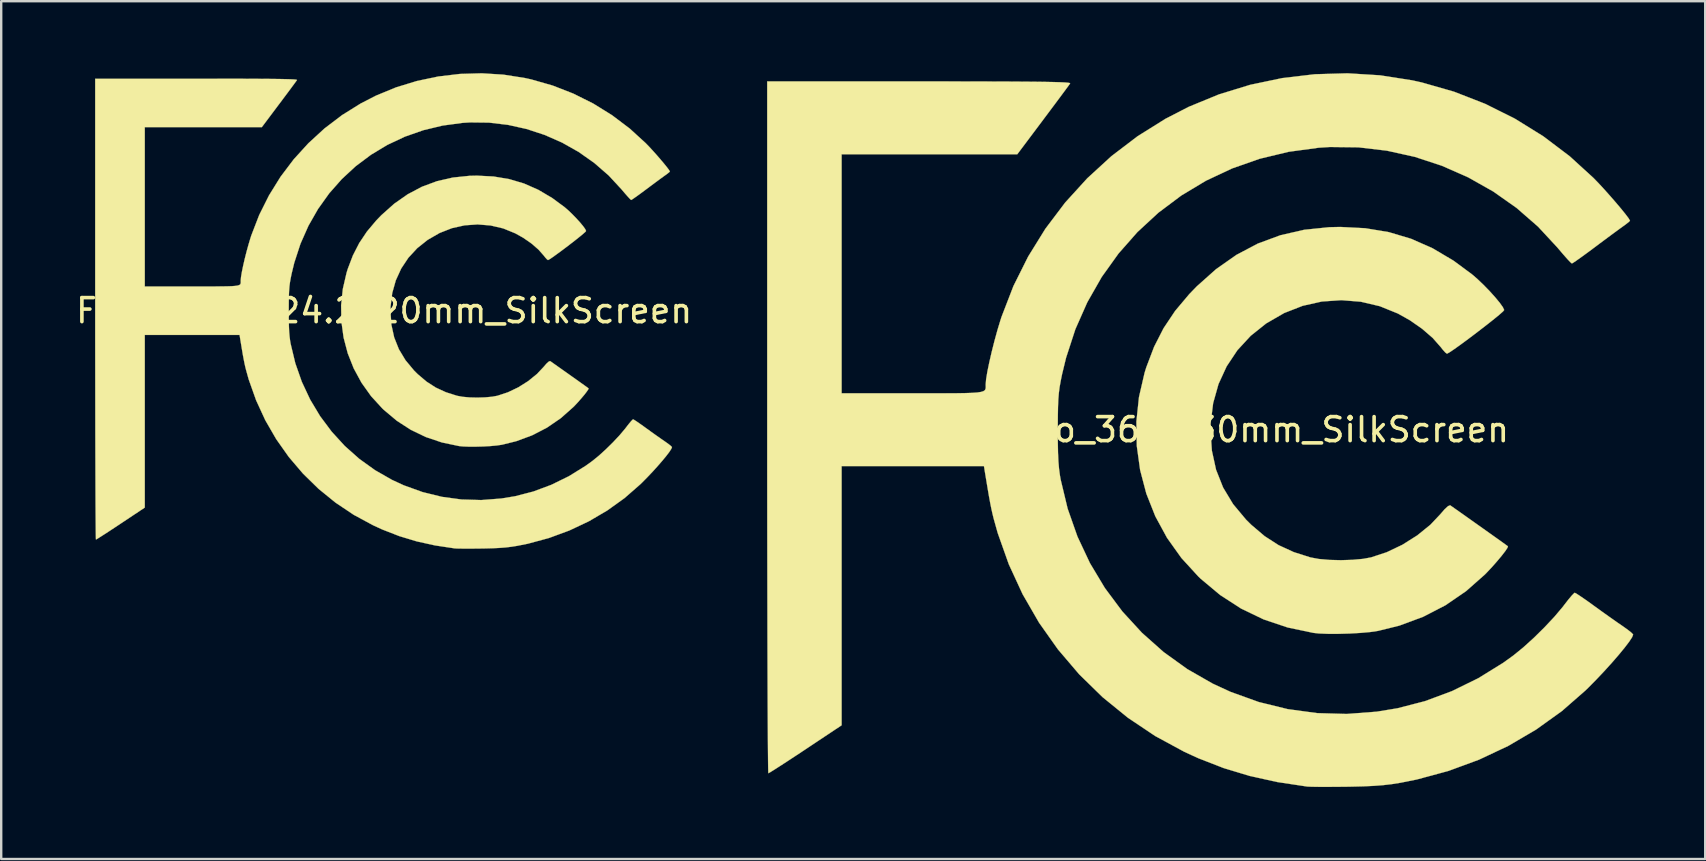
<source format=kicad_pcb>
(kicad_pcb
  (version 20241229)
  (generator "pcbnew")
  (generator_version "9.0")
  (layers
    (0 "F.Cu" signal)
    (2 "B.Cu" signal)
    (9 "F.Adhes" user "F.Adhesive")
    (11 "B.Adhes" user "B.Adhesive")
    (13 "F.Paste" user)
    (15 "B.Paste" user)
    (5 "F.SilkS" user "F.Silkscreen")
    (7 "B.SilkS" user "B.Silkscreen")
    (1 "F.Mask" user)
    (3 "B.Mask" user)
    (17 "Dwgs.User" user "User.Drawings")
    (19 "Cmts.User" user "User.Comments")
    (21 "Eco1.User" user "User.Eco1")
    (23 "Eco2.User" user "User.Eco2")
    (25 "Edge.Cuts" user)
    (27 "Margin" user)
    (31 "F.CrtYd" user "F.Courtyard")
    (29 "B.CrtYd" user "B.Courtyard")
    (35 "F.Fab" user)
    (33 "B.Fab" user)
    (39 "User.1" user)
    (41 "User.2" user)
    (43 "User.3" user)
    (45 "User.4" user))
  (footprint "FCC-Logo_24.2x20mm_SilkScreen"
    (layer "F.Cu")
    (at 12.958 9.898)
    (property "Reference" "FCC-Logo_24.2x20mm_SilkScreen" (at 0 0 0) (layer "F.SilkS") (effects (font (size 1 1) (thickness 0.15))))
    (attr exclude_from_pos_files exclude_from_bom)
    (fp_poly (pts (xy 4.559 -5.593) (xy 5.211 -5.484) (xy 5.831 -5.3) (xy 6.427 -5.037) (xy 7.01 -4.692) (xy 7.523 -4.313) (xy 7.68 -4.177) (xy 7.847 -4.016) (xy 8.013 -3.845) (xy 8.166 -3.676) (xy 8.292 -3.524) (xy 8.379 -3.403) (xy 8.415 -3.325) (xy 8.415 -3.321) (xy 8.382 -3.281) (xy 8.289 -3.199) (xy 8.15 -3.084) (xy 7.977 -2.946) (xy 7.781 -2.794) (xy 7.576 -2.637) (xy 7.374 -2.485) (xy 7.186 -2.348) (xy 7.026 -2.233) (xy 6.905 -2.152) (xy 6.836 -2.113) (xy 6.827 -2.11) (xy 6.782 -2.144) (xy 6.707 -2.227) (xy 6.658 -2.291) (xy 6.432 -2.547) (xy 6.138 -2.802) (xy 5.795 -3.04) (xy 5.466 -3.224) (xy 4.963 -3.429) (xy 4.436 -3.552) (xy 3.896 -3.596) (xy 3.355 -3.558) (xy 2.824 -3.44) (xy 2.314 -3.24) (xy 2.309 -3.238) (xy 1.812 -2.951) (xy 1.378 -2.605) (xy 1.01 -2.206) (xy 0.712 -1.758) (xy 0.487 -1.267) (xy 0.338 -0.739) (xy 0.269 -0.178) (xy 0.264 0.013) (xy 0.302 0.582) (xy 0.418 1.112) (xy 0.614 1.605) (xy 0.891 2.065) (xy 1.249 2.495) (xy 1.396 2.641) (xy 1.768 2.956) (xy 2.153 3.204) (xy 2.575 3.398) (xy 3.037 3.545) (xy 3.27 3.588) (xy 3.561 3.614) (xy 3.882 3.622) (xy 4.203 3.612) (xy 4.497 3.585) (xy 4.719 3.545) (xy 5.157 3.401) (xy 5.592 3.193) (xy 6.003 2.934) (xy 6.368 2.638) (xy 6.641 2.349) (xy 6.763 2.208) (xy 6.858 2.122) (xy 6.915 2.098) (xy 6.919 2.1) (xy 6.964 2.131) (xy 7.067 2.204) (xy 7.217 2.31) (xy 7.4 2.439) (xy 7.602 2.582) (xy 7.812 2.731) (xy 8.016 2.876) (xy 8.202 3.008) (xy 8.356 3.118) (xy 8.466 3.197) (xy 8.519 3.235) (xy 8.52 3.236) (xy 8.508 3.278) (xy 8.446 3.37) (xy 8.347 3.499) (xy 8.22 3.65) (xy 8.079 3.811) (xy 7.933 3.967) (xy 7.883 4.017) (xy 7.36 4.48) (xy 6.785 4.874) (xy 6.165 5.194) (xy 5.505 5.438) (xy 4.911 5.585) (xy 4.698 5.616) (xy 4.428 5.641) (xy 4.126 5.658) (xy 3.817 5.666) (xy 3.526 5.666) (xy 3.276 5.656) (xy 3.12 5.64) (xy 2.406 5.49) (xy 1.738 5.265) (xy 1.114 4.965) (xy 0.532 4.589) (xy -0.011 4.134) (xy -0.072 4.076) (xy -0.544 3.561) (xy -0.943 3.001) (xy -1.268 2.402) (xy -1.517 1.774) (xy -1.689 1.121) (xy -1.781 0.452) (xy -1.793 -0.226) (xy -1.721 -0.907) (xy -1.565 -1.582) (xy -1.518 -1.735) (xy -1.302 -2.302) (xy -1.039 -2.816) (xy -0.718 -3.296) (xy -0.327 -3.761) (xy -0.116 -3.98) (xy 0.42 -4.458) (xy 0.984 -4.853) (xy 1.577 -5.166) (xy 2.203 -5.398) (xy 2.864 -5.549) (xy 3.562 -5.621) (xy 3.867 -5.628) (xy 4.559 -5.593)) (stroke (width 0.01) (type solid)) (fill yes) (layer "F.SilkS"))
    (fp_poly (pts (xy 4.971 -9.837) (xy 5.86 -9.698) (xy 6.13 -9.638) (xy 7.023 -9.383) (xy 7.887 -9.046) (xy 8.714 -8.633) (xy 9.499 -8.146) (xy 10.235 -7.59) (xy 10.897 -6.986) (xy 11.038 -6.841) (xy 11.196 -6.669) (xy 11.361 -6.485) (xy 11.521 -6.3) (xy 11.667 -6.127) (xy 11.787 -5.978) (xy 11.871 -5.867) (xy 11.907 -5.806) (xy 11.908 -5.801) (xy 11.875 -5.766) (xy 11.79 -5.699) (xy 11.721 -5.649) (xy 11.623 -5.579) (xy 11.471 -5.468) (xy 11.282 -5.328) (xy 11.072 -5.172) (xy 10.932 -5.067) (xy 10.733 -4.919) (xy 10.557 -4.791) (xy 10.417 -4.692) (xy 10.325 -4.63) (xy 10.295 -4.614) (xy 10.256 -4.646) (xy 10.173 -4.734) (xy 10.057 -4.864) (xy 9.921 -5.024) (xy 9.894 -5.056) (xy 9.357 -5.636) (xy 8.759 -6.156) (xy 8.111 -6.613) (xy 7.419 -7.004) (xy 6.69 -7.325) (xy 5.935 -7.573) (xy 5.159 -7.745) (xy 4.371 -7.838) (xy 3.58 -7.847) (xy 3.271 -7.828) (xy 2.435 -7.715) (xy 1.632 -7.522) (xy 0.864 -7.253) (xy 0.137 -6.911) (xy -0.546 -6.5) (xy -1.181 -6.025) (xy -1.763 -5.487) (xy -2.289 -4.891) (xy -2.754 -4.241) (xy -3.154 -3.54) (xy -3.486 -2.791) (xy -3.745 -1.998) (xy -3.856 -1.541) (xy -3.895 -1.347) (xy -3.925 -1.178) (xy -3.946 -1.015) (xy -3.96 -0.839) (xy -3.969 -0.633) (xy -3.973 -0.377) (xy -3.975 -0.053) (xy -3.975 -0.022) (xy -3.974 0.342) (xy -3.968 0.636) (xy -3.958 0.876) (xy -3.94 1.08) (xy -3.916 1.265) (xy -3.895 1.384) (xy -3.701 2.191) (xy -3.429 2.966) (xy -3.083 3.703) (xy -2.667 4.397) (xy -2.184 5.043) (xy -1.64 5.637) (xy -1.038 6.172) (xy -0.382 6.644) (xy 0.324 7.048) (xy 0.82 7.277) (xy 1.606 7.56) (xy 2.408 7.757) (xy 3.223 7.867) (xy 4.047 7.891) (xy 4.877 7.827) (xy 5.456 7.732) (xy 6.219 7.535) (xy 6.97 7.255) (xy 7.698 6.898) (xy 8.392 6.468) (xy 8.672 6.267) (xy 8.944 6.046) (xy 9.239 5.778) (xy 9.535 5.487) (xy 9.809 5.194) (xy 10.039 4.922) (xy 10.087 4.859) (xy 10.199 4.715) (xy 10.294 4.602) (xy 10.358 4.537) (xy 10.375 4.526) (xy 10.422 4.551) (xy 10.526 4.618) (xy 10.673 4.72) (xy 10.849 4.845) (xy 10.909 4.889) (xy 11.122 5.043) (xy 11.34 5.198) (xy 11.539 5.338) (xy 11.693 5.444) (xy 11.7 5.449) (xy 11.837 5.546) (xy 11.941 5.628) (xy 11.993 5.68) (xy 11.995 5.687) (xy 11.967 5.759) (xy 11.886 5.884) (xy 11.759 6.051) (xy 11.596 6.249) (xy 11.405 6.469) (xy 11.196 6.701) (xy 10.975 6.934) (xy 10.753 7.159) (xy 10.673 7.237) (xy 10.017 7.81) (xy 9.301 8.324) (xy 8.532 8.775) (xy 7.719 9.159) (xy 6.869 9.472) (xy 5.989 9.71) (xy 5.537 9.8) (xy 5.298 9.838) (xy 5.059 9.866) (xy 4.798 9.886) (xy 4.495 9.9) (xy 4.13 9.909) (xy 4.043 9.91) (xy 3.753 9.913) (xy 3.485 9.914) (xy 3.253 9.913) (xy 3.074 9.911) (xy 2.962 9.906) (xy 2.944 9.905) (xy 2.121 9.781) (xy 1.356 9.612) (xy 0.631 9.393) (xy -0.075 9.118) (xy -0.461 8.941) (xy -1.269 8.505) (xy -2.027 7.997) (xy -2.733 7.423) (xy -3.382 6.788) (xy -3.971 6.097) (xy -4.496 5.354) (xy -4.952 4.565) (xy -5.335 3.734) (xy -5.643 2.866) (xy -5.756 2.461) (xy -5.789 2.33) (xy -5.819 2.193) (xy -5.85 2.037) (xy -5.886 1.845) (xy -5.927 1.602) (xy -5.978 1.294) (xy -6.001 1.154) (xy -6.024 1.011) (xy -9.975 1.011) (xy -9.975 8.204) (xy -10.976 8.87) (xy -11.24 9.045) (xy -11.48 9.203) (xy -11.687 9.337) (xy -11.85 9.441) (xy -11.96 9.51) (xy -12.008 9.536) (xy -12.009 9.536) (xy -12.012 9.493) (xy -12.015 9.366) (xy -12.018 9.158) (xy -12.02 8.875) (xy -12.023 8.52) (xy -12.026 8.097) (xy -12.028 7.61) (xy -12.03 7.063) (xy -12.032 6.46) (xy -12.034 5.805) (xy -12.036 5.102) (xy -12.037 4.354) (xy -12.038 3.567) (xy -12.039 2.743) (xy -12.04 1.887) (xy -12.041 1.003) (xy -12.041 0.095) (xy -12.041 -0.066) (xy -12.041 -9.668) (xy -7.82 -9.668) (xy -7.092 -9.668) (xy -6.449 -9.667) (xy -5.884 -9.666) (xy -5.395 -9.664) (xy -4.975 -9.662) (xy -4.622 -9.659) (xy -4.331 -9.655) (xy -4.096 -9.65) (xy -3.915 -9.645) (xy -3.782 -9.639) (xy -3.693 -9.632) (xy -3.644 -9.623) (xy -3.631 -9.614) (xy -3.631 -9.613) (xy -3.666 -9.564) (xy -3.746 -9.455) (xy -3.864 -9.295) (xy -4.013 -9.094) (xy -4.187 -8.862) (xy -4.377 -8.608) (xy -4.382 -8.602) (xy -5.099 -7.646) (xy -9.975 -7.646) (xy -9.975 -1.011) (xy -8.003 -1.011) (xy -7.528 -1.011) (xy -7.133 -1.011) (xy -6.811 -1.012) (xy -6.555 -1.016) (xy -6.357 -1.022) (xy -6.21 -1.033) (xy -6.106 -1.048) (xy -6.038 -1.069) (xy -5.999 -1.097) (xy -5.98 -1.133) (xy -5.975 -1.177) (xy -5.976 -1.231) (xy -5.976 -1.261) (xy -5.964 -1.404) (xy -5.929 -1.612) (xy -5.876 -1.87) (xy -5.81 -2.159) (xy -5.733 -2.463) (xy -5.65 -2.763) (xy -5.566 -3.042) (xy -5.536 -3.135) (xy -5.206 -3.989) (xy -4.798 -4.805) (xy -4.318 -5.579) (xy -3.77 -6.305) (xy -3.157 -6.978) (xy -2.486 -7.594) (xy -1.759 -8.147) (xy -0.982 -8.632) (xy -0.336 -8.964) (xy 0.499 -9.308) (xy 1.367 -9.573) (xy 2.257 -9.76) (xy 3.16 -9.867) (xy 4.068 -9.893) (xy 4.971 -9.837)) (stroke (width 0.01) (type solid)) (fill yes) (layer "F.SilkS")))
  (footprint "FCC-Logo_36.3x30mm_SilkScreen"
    (layer "F.Cu")
    (at 46.999 14.857)
    (property "Reference" "FCC-Logo_36.3x30mm_SilkScreen" (at 0 0 0) (layer "F.SilkS") (effects (font (size 1 1) (thickness 0.15))))
    (attr exclude_from_pos_files exclude_from_bom)
    (fp_poly (pts (xy 6.844 -8.396) (xy 7.823 -8.234) (xy 8.754 -7.957) (xy 9.65 -7.562) (xy 10.524 -7.044) (xy 11.294 -6.475) (xy 11.529 -6.271) (xy 11.781 -6.03) (xy 12.031 -5.773) (xy 12.259 -5.519) (xy 12.448 -5.291) (xy 12.579 -5.108) (xy 12.634 -4.992) (xy 12.634 -4.985) (xy 12.584 -4.925) (xy 12.445 -4.802) (xy 12.236 -4.63) (xy 11.976 -4.423) (xy 11.682 -4.195) (xy 11.374 -3.959) (xy 11.07 -3.731) (xy 10.789 -3.524) (xy 10.548 -3.353) (xy 10.366 -3.23) (xy 10.263 -3.172) (xy 10.25 -3.168) (xy 10.181 -3.218) (xy 10.069 -3.344) (xy 9.995 -3.439) (xy 9.656 -3.824) (xy 9.215 -4.206) (xy 8.7 -4.564) (xy 8.206 -4.841) (xy 7.451 -5.147) (xy 6.66 -5.333) (xy 5.85 -5.398) (xy 5.037 -5.342) (xy 4.24 -5.164) (xy 3.474 -4.865) (xy 3.467 -4.862) (xy 2.72 -4.431) (xy 2.069 -3.911) (xy 1.516 -3.311) (xy 1.069 -2.639) (xy 0.73 -1.902) (xy 0.507 -1.109) (xy 0.403 -0.268) (xy 0.396 0.02) (xy 0.454 0.874) (xy 0.628 1.669) (xy 0.922 2.41) (xy 1.337 3.1) (xy 1.876 3.746) (xy 2.096 3.964) (xy 2.654 4.437) (xy 3.232 4.81) (xy 3.866 5.101) (xy 4.56 5.322) (xy 4.91 5.387) (xy 5.347 5.426) (xy 5.827 5.438) (xy 6.31 5.423) (xy 6.752 5.383) (xy 7.085 5.322) (xy 7.742 5.106) (xy 8.395 4.794) (xy 9.012 4.405) (xy 9.56 3.961) (xy 9.97 3.527) (xy 10.154 3.315) (xy 10.296 3.186) (xy 10.382 3.15) (xy 10.387 3.152) (xy 10.454 3.199) (xy 10.61 3.309) (xy 10.835 3.467) (xy 11.109 3.661) (xy 11.413 3.877) (xy 11.728 4.1) (xy 12.035 4.318) (xy 12.314 4.516) (xy 12.545 4.681) (xy 12.71 4.8) (xy 12.79 4.857) (xy 12.792 4.859) (xy 12.773 4.921) (xy 12.68 5.06) (xy 12.531 5.253) (xy 12.341 5.48) (xy 12.129 5.721) (xy 11.909 5.955) (xy 11.835 6.031) (xy 11.049 6.726) (xy 10.187 7.317) (xy 9.255 7.798) (xy 8.264 8.165) (xy 7.373 8.385) (xy 7.053 8.432) (xy 6.648 8.468) (xy 6.195 8.494) (xy 5.731 8.507) (xy 5.293 8.507) (xy 4.919 8.492) (xy 4.684 8.467) (xy 3.612 8.242) (xy 2.609 7.905) (xy 1.673 7.455) (xy 0.798 6.889) (xy -0.017 6.207) (xy -0.109 6.119) (xy -0.816 5.346) (xy -1.416 4.505) (xy -1.904 3.607) (xy -2.278 2.663) (xy -2.536 1.683) (xy -2.675 0.679) (xy -2.692 -0.34) (xy -2.584 -1.361) (xy -2.349 -2.376) (xy -2.278 -2.604) (xy -1.954 -3.455) (xy -1.56 -4.228) (xy -1.078 -4.949) (xy -0.491 -5.647) (xy -0.174 -5.975) (xy 0.631 -6.693) (xy 1.477 -7.286) (xy 2.368 -7.756) (xy 3.308 -8.103) (xy 4.3 -8.331) (xy 5.348 -8.439) (xy 5.806 -8.449) (xy 6.844 -8.396)) (stroke (width 0.01) (type solid)) (fill yes) (layer "F.SilkS"))
    (fp_poly (pts (xy 7.463 -14.768) (xy 8.798 -14.56) (xy 9.203 -14.47) (xy 10.544 -14.086) (xy 11.84 -13.581) (xy 13.083 -12.961) (xy 14.261 -12.23) (xy 15.366 -11.395) (xy 16.359 -10.489) (xy 16.571 -10.27) (xy 16.809 -10.012) (xy 17.056 -9.735) (xy 17.297 -9.458) (xy 17.516 -9.198) (xy 17.696 -8.975) (xy 17.821 -8.809) (xy 17.876 -8.716) (xy 17.878 -8.709) (xy 17.827 -8.656) (xy 17.7 -8.556) (xy 17.597 -8.482) (xy 17.45 -8.376) (xy 17.222 -8.209) (xy 16.938 -7.999) (xy 16.623 -7.765) (xy 16.413 -7.607) (xy 16.113 -7.384) (xy 15.849 -7.192) (xy 15.639 -7.043) (xy 15.502 -6.951) (xy 15.456 -6.927) (xy 15.397 -6.975) (xy 15.272 -7.107) (xy 15.099 -7.302) (xy 14.894 -7.543) (xy 14.854 -7.591) (xy 14.047 -8.461) (xy 13.151 -9.242) (xy 12.177 -9.928) (xy 11.137 -10.515) (xy 10.044 -10.997) (xy 8.91 -11.37) (xy 7.745 -11.628) (xy 6.563 -11.767) (xy 5.375 -11.781) (xy 4.911 -11.752) (xy 3.656 -11.582) (xy 2.449 -11.292) (xy 1.297 -10.888) (xy 0.205 -10.375) (xy -0.82 -9.759) (xy -1.773 -9.045) (xy -2.647 -8.238) (xy -3.436 -7.343) (xy -4.135 -6.367) (xy -4.736 -5.314) (xy -5.234 -4.19) (xy -5.622 -3) (xy -5.789 -2.313) (xy -5.848 -2.022) (xy -5.893 -1.769) (xy -5.924 -1.524) (xy -5.946 -1.26) (xy -5.958 -0.95) (xy -5.965 -0.566) (xy -5.968 -0.079) (xy -5.968 -0.033) (xy -5.966 0.514) (xy -5.958 0.954) (xy -5.942 1.315) (xy -5.916 1.621) (xy -5.879 1.899) (xy -5.848 2.078) (xy -5.557 3.29) (xy -5.148 4.453) (xy -4.628 5.559) (xy -4.003 6.601) (xy -3.279 7.572) (xy -2.462 8.462) (xy -1.558 9.266) (xy -0.573 9.975) (xy 0.486 10.581) (xy 1.231 10.925) (xy 2.412 11.35) (xy 3.615 11.645) (xy 4.838 11.811) (xy 6.075 11.846) (xy 7.322 11.751) (xy 8.192 11.608) (xy 9.336 11.312) (xy 10.464 10.892) (xy 11.557 10.356) (xy 12.599 9.711) (xy 13.019 9.408) (xy 13.427 9.076) (xy 13.87 8.675) (xy 14.314 8.237) (xy 14.726 7.798) (xy 15.071 7.39) (xy 15.144 7.294) (xy 15.312 7.078) (xy 15.454 6.909) (xy 15.55 6.811) (xy 15.576 6.795) (xy 15.647 6.832) (xy 15.803 6.934) (xy 16.023 7.085) (xy 16.287 7.273) (xy 16.378 7.34) (xy 16.698 7.571) (xy 17.025 7.804) (xy 17.323 8.014) (xy 17.555 8.173) (xy 17.566 8.181) (xy 17.771 8.326) (xy 17.927 8.449) (xy 18.004 8.527) (xy 18.009 8.538) (xy 17.967 8.647) (xy 17.844 8.834) (xy 17.654 9.084) (xy 17.409 9.382) (xy 17.123 9.712) (xy 16.808 10.06) (xy 16.477 10.41) (xy 16.144 10.748) (xy 16.024 10.865) (xy 15.039 11.726) (xy 13.964 12.497) (xy 12.81 13.174) (xy 11.588 13.75) (xy 10.312 14.22) (xy 8.992 14.577) (xy 8.313 14.713) (xy 7.954 14.77) (xy 7.595 14.812) (xy 7.204 14.842) (xy 6.749 14.863) (xy 6.2 14.876) (xy 6.07 14.878) (xy 5.635 14.882) (xy 5.232 14.884) (xy 4.884 14.883) (xy 4.614 14.879) (xy 4.447 14.872) (xy 4.42 14.87) (xy 3.184 14.684) (xy 2.036 14.431) (xy 0.947 14.102) (xy -0.112 13.69) (xy -0.693 13.424) (xy -1.904 12.768) (xy -3.043 12.006) (xy -4.103 11.144) (xy -5.078 10.191) (xy -5.962 9.154) (xy -6.75 8.039) (xy -7.434 6.854) (xy -8.01 5.606) (xy -8.472 4.303) (xy -8.642 3.695) (xy -8.69 3.498) (xy -8.736 3.293) (xy -8.783 3.058) (xy -8.836 2.77) (xy -8.898 2.406) (xy -8.975 1.943) (xy -9.01 1.732) (xy -9.044 1.517) (xy -14.976 1.517) (xy -14.976 12.317) (xy -16.478 13.317) (xy -16.874 13.579) (xy -17.235 13.816) (xy -17.545 14.017) (xy -17.79 14.174) (xy -17.956 14.277) (xy -18.028 14.316) (xy -18.029 14.316) (xy -18.033 14.251) (xy -18.038 14.06) (xy -18.042 13.749) (xy -18.046 13.325) (xy -18.05 12.792) (xy -18.054 12.156) (xy -18.058 11.425) (xy -18.061 10.604) (xy -18.064 9.698) (xy -18.067 8.715) (xy -18.069 7.659) (xy -18.071 6.537) (xy -18.073 5.355) (xy -18.075 4.118) (xy -18.076 2.833) (xy -18.077 1.506) (xy -18.077 0.143) (xy -18.077 -0.099) (xy -18.077 -14.514) (xy -11.739 -14.514) (xy -10.648 -14.514) (xy -9.682 -14.513) (xy -8.834 -14.511) (xy -8.099 -14.509) (xy -7.47 -14.505) (xy -6.939 -14.501) (xy -6.501 -14.495) (xy -6.15 -14.488) (xy -5.877 -14.48) (xy -5.678 -14.471) (xy -5.545 -14.46) (xy -5.471 -14.447) (xy -5.451 -14.433) (xy -5.452 -14.432) (xy -5.503 -14.359) (xy -5.623 -14.195) (xy -5.801 -13.955) (xy -6.025 -13.654) (xy -6.286 -13.305) (xy -6.572 -12.923) (xy -6.578 -12.914) (xy -7.655 -11.479) (xy -14.976 -11.479) (xy -14.976 -1.517) (xy -12.014 -1.517) (xy -11.301 -1.517) (xy -10.709 -1.517) (xy -10.226 -1.519) (xy -9.842 -1.525) (xy -9.544 -1.535) (xy -9.324 -1.55) (xy -9.168 -1.574) (xy -9.065 -1.606) (xy -9.006 -1.648) (xy -8.978 -1.701) (xy -8.97 -1.768) (xy -8.972 -1.848) (xy -8.972 -1.894) (xy -8.954 -2.107) (xy -8.902 -2.421) (xy -8.822 -2.808) (xy -8.722 -3.242) (xy -8.607 -3.697) (xy -8.483 -4.148) (xy -8.356 -4.567) (xy -8.311 -4.706) (xy -7.815 -5.989) (xy -7.203 -7.214) (xy -6.483 -8.376) (xy -5.659 -9.466) (xy -4.74 -10.476) (xy -3.732 -11.4) (xy -2.641 -12.231) (xy -1.474 -12.96) (xy -0.505 -13.458) (xy 0.75 -13.974) (xy 2.052 -14.373) (xy 3.388 -14.653) (xy 4.744 -14.813) (xy 6.107 -14.852) (xy 7.463 -14.768)) (stroke (width 0.01) (type solid)) (fill yes) (layer "F.SilkS")))
  (gr_rect
    (start -3 -3)
    (end 68.012 32.746)
    (stroke (width 0.1) (type default))
    (fill no)
    (layer "Edge.Cuts")))
</source>
